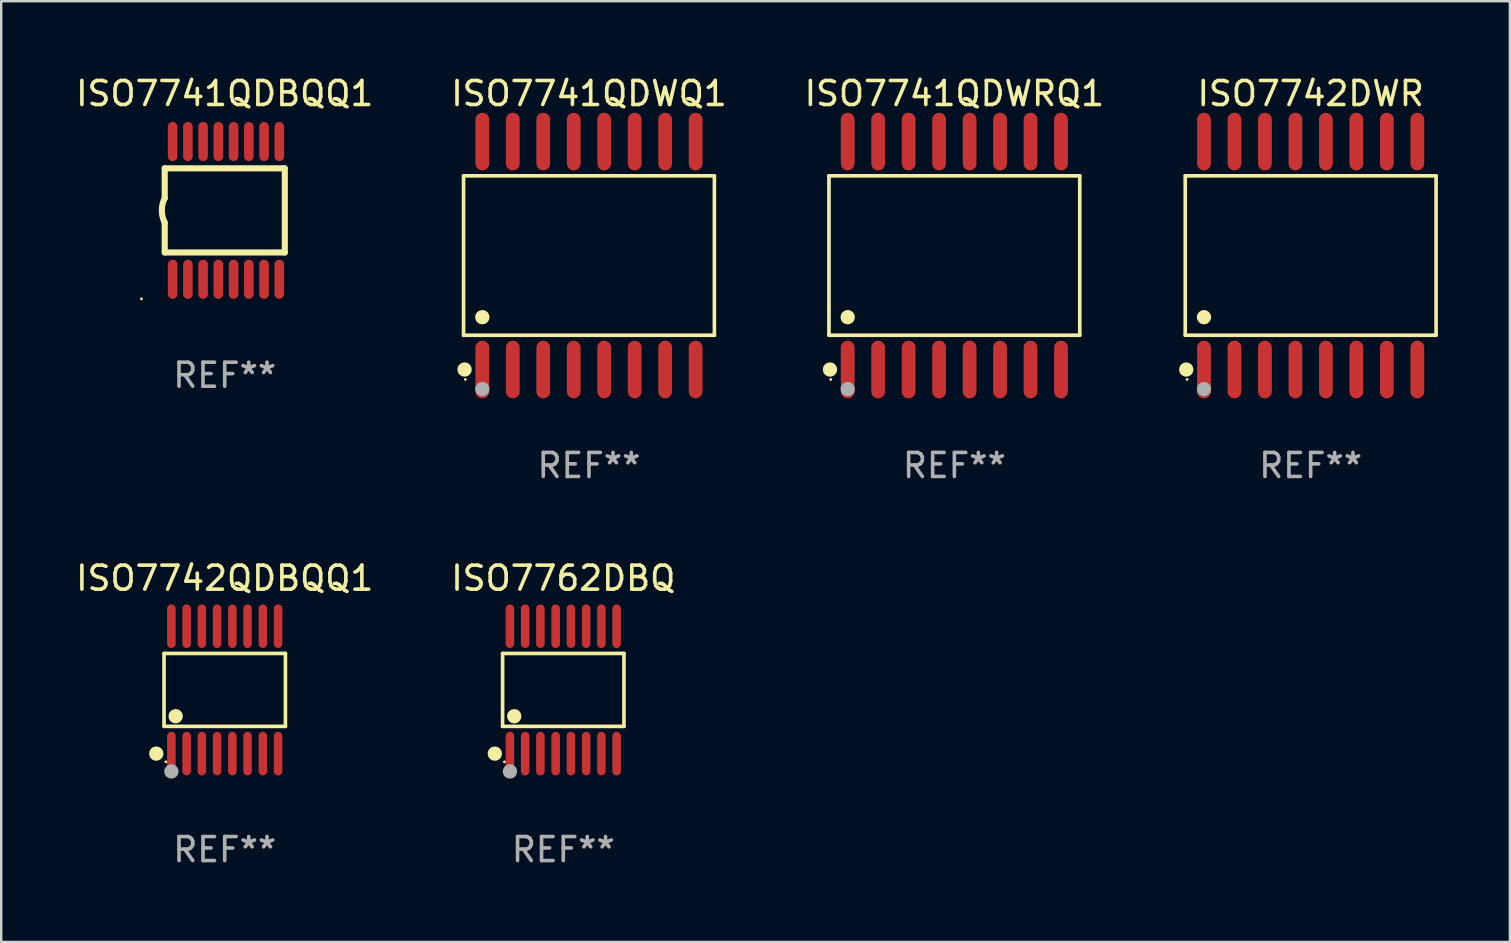
<source format=kicad_pcb>
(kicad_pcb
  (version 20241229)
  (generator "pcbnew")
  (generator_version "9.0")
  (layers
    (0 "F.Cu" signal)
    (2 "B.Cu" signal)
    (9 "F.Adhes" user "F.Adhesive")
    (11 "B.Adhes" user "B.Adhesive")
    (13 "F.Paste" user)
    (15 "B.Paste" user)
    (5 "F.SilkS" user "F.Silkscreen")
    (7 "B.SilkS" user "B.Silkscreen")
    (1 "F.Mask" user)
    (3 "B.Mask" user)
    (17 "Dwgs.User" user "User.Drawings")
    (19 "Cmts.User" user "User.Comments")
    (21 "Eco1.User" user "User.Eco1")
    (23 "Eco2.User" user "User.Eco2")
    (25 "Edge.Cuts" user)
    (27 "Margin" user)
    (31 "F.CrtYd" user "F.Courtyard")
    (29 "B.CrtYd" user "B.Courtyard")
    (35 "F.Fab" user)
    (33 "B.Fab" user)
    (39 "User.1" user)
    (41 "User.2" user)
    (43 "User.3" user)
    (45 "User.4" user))
  (footprint "ISO7762DBQ"
    (layer "F.Cu")
    (at 20.423 25.7)
    (property "Reference" "ISO7762DBQ" (at 0 -4.655 0) (layer "F.SilkS") (effects (font (size 1 1) (thickness 0.15))))
    (attr through_hole)
    (fp_line (start -2.529 -1.519) (end 2.529 -1.519) (stroke (width 0.152) (type solid)) (layer "F.SilkS"))
    (fp_line (start -2.529 1.519) (end -2.529 -1.519) (stroke (width 0.152) (type solid)) (layer "F.SilkS"))
    (fp_line (start 2.529 -1.519) (end 2.529 1.519) (stroke (width 0.152) (type solid)) (layer "F.SilkS"))
    (fp_line (start 2.529 1.519) (end -2.529 1.519) (stroke (width 0.152) (type solid)) (layer "F.SilkS"))
    (fp_circle (center -2.853 2.655) (end -2.703 2.655) (stroke (width 0.3) (type solid)) (fill no) (layer "F.SilkS"))
    (fp_circle (center -2.453 2.998) (end -2.423 2.998) (stroke (width 0.06) (type solid)) (fill no) (layer "F.SilkS"))
    (fp_circle (center -2.045 1.097) (end -1.895 1.097) (stroke (width 0.3) (type solid)) (fill no) (layer "F.SilkS"))
    (fp_circle (center -2.223 3.398) (end -2.072 3.398) (stroke (width 0.3) (type solid)) (fill no) (layer "F.Fab"))
    (fp_text user "REF**" (at 0 6.655 0) (layer "F.Fab") (effects (font (size 1 1) (thickness 0.15))))
    (pad "1" smd oval (at -2.223 2.655) (size 0.356 1.815) (layers "F.Cu" "F.Mask" "F.Paste"))
    (pad "2" smd oval (at -1.588 2.655) (size 0.356 1.815) (layers "F.Cu" "F.Mask" "F.Paste"))
    (pad "3" smd oval (at -0.953 2.655) (size 0.356 1.815) (layers "F.Cu" "F.Mask" "F.Paste"))
    (pad "4" smd oval (at -0.318 2.655) (size 0.356 1.815) (layers "F.Cu" "F.Mask" "F.Paste"))
    (pad "5" smd oval (at 0.318 2.655) (size 0.356 1.815) (layers "F.Cu" "F.Mask" "F.Paste"))
    (pad "6" smd oval (at 0.953 2.655) (size 0.356 1.815) (layers "F.Cu" "F.Mask" "F.Paste"))
    (pad "7" smd oval (at 1.588 2.655) (size 0.356 1.815) (layers "F.Cu" "F.Mask" "F.Paste"))
    (pad "8" smd oval (at 2.223 2.655) (size 0.356 1.815) (layers "F.Cu" "F.Mask" "F.Paste"))
    (pad "9" smd oval (at 2.223 -2.655) (size 0.356 1.815) (layers "F.Cu" "F.Mask" "F.Paste"))
    (pad "10" smd oval (at 1.588 -2.655) (size 0.356 1.815) (layers "F.Cu" "F.Mask" "F.Paste"))
    (pad "11" smd oval (at 0.953 -2.655) (size 0.356 1.815) (layers "F.Cu" "F.Mask" "F.Paste"))
    (pad "12" smd oval (at 0.318 -2.655) (size 0.356 1.815) (layers "F.Cu" "F.Mask" "F.Paste"))
    (pad "13" smd oval (at -0.318 -2.655) (size 0.356 1.815) (layers "F.Cu" "F.Mask" "F.Paste"))
    (pad "14" smd oval (at -0.953 -2.655) (size 0.356 1.815) (layers "F.Cu" "F.Mask" "F.Paste"))
    (pad "15" smd oval (at -1.588 -2.655) (size 0.356 1.815) (layers "F.Cu" "F.Mask" "F.Paste"))
    (pad "16" smd oval (at -2.223 -2.655) (size 0.356 1.815) (layers "F.Cu" "F.Mask" "F.Paste")))
  (footprint "ISO7741QDWRQ1"
    (layer "F.Cu")
    (at 36.72 7.599)
    (property "Reference" "ISO7741QDWRQ1" (at 0 -6.75 0) (layer "F.SilkS") (effects (font (size 1 1) (thickness 0.15))))
    (attr through_hole)
    (fp_line (start -5.226 -3.321) (end 5.226 -3.321) (stroke (width 0.152) (type solid)) (layer "F.SilkS"))
    (fp_line (start -5.226 3.321) (end -5.226 -3.321) (stroke (width 0.152) (type solid)) (layer "F.SilkS"))
    (fp_line (start 5.226 -3.321) (end 5.226 3.321) (stroke (width 0.152) (type solid)) (layer "F.SilkS"))
    (fp_line (start 5.226 3.321) (end -5.226 3.321) (stroke (width 0.152) (type solid)) (layer "F.SilkS"))
    (fp_circle (center -5.184 4.75) (end -5.034 4.75) (stroke (width 0.3) (type solid)) (fill no) (layer "F.SilkS"))
    (fp_circle (center -5.15 5.163) (end -5.12 5.163) (stroke (width 0.06) (type solid)) (fill no) (layer "F.SilkS"))
    (fp_circle (center -4.445 2.569) (end -4.295 2.569) (stroke (width 0.3) (type solid)) (fill no) (layer "F.SilkS"))
    (fp_circle (center -4.445 5.563) (end -4.295 5.563) (stroke (width 0.3) (type solid)) (fill no) (layer "F.Fab"))
    (fp_text user "REF**" (at 0 8.75 0) (layer "F.Fab") (effects (font (size 1 1) (thickness 0.15))))
    (pad "1" smd oval (at -4.445 4.75) (size 0.574 2.401) (layers "F.Cu" "F.Mask" "F.Paste"))
    (pad "2" smd oval (at -3.175 4.75) (size 0.574 2.401) (layers "F.Cu" "F.Mask" "F.Paste"))
    (pad "3" smd oval (at -1.905 4.75) (size 0.574 2.401) (layers "F.Cu" "F.Mask" "F.Paste"))
    (pad "4" smd oval (at -0.635 4.75) (size 0.574 2.401) (layers "F.Cu" "F.Mask" "F.Paste"))
    (pad "5" smd oval (at 0.635 4.75) (size 0.574 2.401) (layers "F.Cu" "F.Mask" "F.Paste"))
    (pad "6" smd oval (at 1.905 4.75) (size 0.574 2.401) (layers "F.Cu" "F.Mask" "F.Paste"))
    (pad "7" smd oval (at 3.175 4.75) (size 0.574 2.401) (layers "F.Cu" "F.Mask" "F.Paste"))
    (pad "8" smd oval (at 4.445 4.75) (size 0.574 2.401) (layers "F.Cu" "F.Mask" "F.Paste"))
    (pad "9" smd oval (at 4.445 -4.75) (size 0.574 2.401) (layers "F.Cu" "F.Mask" "F.Paste"))
    (pad "10" smd oval (at 3.175 -4.75) (size 0.574 2.401) (layers "F.Cu" "F.Mask" "F.Paste"))
    (pad "11" smd oval (at 1.905 -4.75) (size 0.574 2.401) (layers "F.Cu" "F.Mask" "F.Paste"))
    (pad "12" smd oval (at 0.635 -4.75) (size 0.574 2.401) (layers "F.Cu" "F.Mask" "F.Paste"))
    (pad "13" smd oval (at -0.635 -4.75) (size 0.574 2.401) (layers "F.Cu" "F.Mask" "F.Paste"))
    (pad "14" smd oval (at -1.905 -4.75) (size 0.574 2.401) (layers "F.Cu" "F.Mask" "F.Paste"))
    (pad "15" smd oval (at -3.175 -4.75) (size 0.574 2.401) (layers "F.Cu" "F.Mask" "F.Paste"))
    (pad "16" smd oval (at -4.445 -4.75) (size 0.574 2.401) (layers "F.Cu" "F.Mask" "F.Paste")))
  (footprint "ISO7741QDBQQ1"
    (layer "F.Cu")
    (at 6.315 5.718)
    (property "Reference" "ISO7741QDBQQ1" (at 0 -4.87 0) (layer "F.SilkS") (effects (font (size 1 1) (thickness 0.15))))
    (attr through_hole)
    (fp_line (start -2.503 -1.753) (end 2.497 -1.753) (stroke (width 0.254) (type solid)) (layer "F.SilkS"))
    (fp_line (start -2.501 -0.508) (end -2.501 -1.753) (stroke (width 0.254) (type solid)) (layer "F.SilkS"))
    (fp_line (start -2.501 1.753) (end -2.501 0.508) (stroke (width 0.254) (type solid)) (layer "F.SilkS"))
    (fp_line (start -2.497 1.753) (end 2.503 1.753) (stroke (width 0.254) (type solid)) (layer "F.SilkS"))
    (fp_line (start 2.503 1.753) (end 2.503 -1.753) (stroke (width 0.254) (type solid)) (layer "F.SilkS"))
    (fp_arc (start -2.50127 0.508001) (mid -2.621193 0) (end -2.50127 -0.508001) (stroke (width 0.254001) (type solid)) (layer "F.SilkS"))
    (fp_circle (center -3.471 3.685) (end -3.441 3.685) (stroke (width 0.06) (type solid)) (fill no) (layer "F.SilkS"))
    (fp_text user "REF**" (at 0 6.87 0) (layer "F.Fab") (effects (font (size 1 1) (thickness 0.15))))
    (pad "1" smd oval (at -2.171 2.87 90) (size 1.63 0.4) (layers "F.Cu" "F.Mask" "F.Paste"))
    (pad "2" smd oval (at -1.536 2.87 90) (size 1.63 0.4) (layers "F.Cu" "F.Mask" "F.Paste"))
    (pad "3" smd oval (at -0.901 2.87 90) (size 1.63 0.4) (layers "F.Cu" "F.Mask" "F.Paste"))
    (pad "4" smd oval (at -0.266 2.87 90) (size 1.63 0.4) (layers "F.Cu" "F.Mask" "F.Paste"))
    (pad "5" smd oval (at 0.369 2.87 90) (size 1.63 0.4) (layers "F.Cu" "F.Mask" "F.Paste"))
    (pad "6" smd oval (at 1.004 2.87 90) (size 1.63 0.4) (layers "F.Cu" "F.Mask" "F.Paste"))
    (pad "7" smd oval (at 1.639 2.87 90) (size 1.63 0.4) (layers "F.Cu" "F.Mask" "F.Paste"))
    (pad "8" smd oval (at 2.274 2.87 90) (size 1.63 0.4) (layers "F.Cu" "F.Mask" "F.Paste"))
    (pad "9" smd oval (at 2.274 -2.87 270) (size 1.63 0.4) (layers "F.Cu" "F.Mask" "F.Paste"))
    (pad "10" smd oval (at 1.639 -2.87 270) (size 1.63 0.4) (layers "F.Cu" "F.Mask" "F.Paste"))
    (pad "11" smd oval (at 1.004 -2.87 270) (size 1.63 0.4) (layers "F.Cu" "F.Mask" "F.Paste"))
    (pad "12" smd oval (at 0.369 -2.87 270) (size 1.63 0.4) (layers "F.Cu" "F.Mask" "F.Paste"))
    (pad "13" smd oval (at -0.266 -2.87 270) (size 1.63 0.4) (layers "F.Cu" "F.Mask" "F.Paste"))
    (pad "14" smd oval (at -0.901 -2.87 270) (size 1.63 0.4) (layers "F.Cu" "F.Mask" "F.Paste"))
    (pad "15" smd oval (at -1.536 -2.87 270) (size 1.63 0.4) (layers "F.Cu" "F.Mask" "F.Paste"))
    (pad "16" smd oval (at -2.171 -2.87 270) (size 1.63 0.4) (layers "F.Cu" "F.Mask" "F.Paste")))
  (footprint "ISO7742QDBQQ1"
    (layer "F.Cu")
    (at 6.315 25.7)
    (property "Reference" "ISO7742QDBQQ1" (at 0 -4.655 0) (layer "F.SilkS") (effects (font (size 1 1) (thickness 0.15))))
    (attr through_hole)
    (fp_line (start -2.529 -1.519) (end 2.529 -1.519) (stroke (width 0.152) (type solid)) (layer "F.SilkS"))
    (fp_line (start -2.529 1.519) (end -2.529 -1.519) (stroke (width 0.152) (type solid)) (layer "F.SilkS"))
    (fp_line (start 2.529 -1.519) (end 2.529 1.519) (stroke (width 0.152) (type solid)) (layer "F.SilkS"))
    (fp_line (start 2.529 1.519) (end -2.529 1.519) (stroke (width 0.152) (type solid)) (layer "F.SilkS"))
    (fp_circle (center -2.853 2.655) (end -2.703 2.655) (stroke (width 0.3) (type solid)) (fill no) (layer "F.SilkS"))
    (fp_circle (center -2.453 2.998) (end -2.423 2.998) (stroke (width 0.06) (type solid)) (fill no) (layer "F.SilkS"))
    (fp_circle (center -2.045 1.097) (end -1.895 1.097) (stroke (width 0.3) (type solid)) (fill no) (layer "F.SilkS"))
    (fp_circle (center -2.223 3.398) (end -2.072 3.398) (stroke (width 0.3) (type solid)) (fill no) (layer "F.Fab"))
    (fp_text user "REF**" (at 0 6.655 0) (layer "F.Fab") (effects (font (size 1 1) (thickness 0.15))))
    (pad "1" smd oval (at -2.223 2.655) (size 0.356 1.815) (layers "F.Cu" "F.Mask" "F.Paste"))
    (pad "2" smd oval (at -1.588 2.655) (size 0.356 1.815) (layers "F.Cu" "F.Mask" "F.Paste"))
    (pad "3" smd oval (at -0.953 2.655) (size 0.356 1.815) (layers "F.Cu" "F.Mask" "F.Paste"))
    (pad "4" smd oval (at -0.318 2.655) (size 0.356 1.815) (layers "F.Cu" "F.Mask" "F.Paste"))
    (pad "5" smd oval (at 0.318 2.655) (size 0.356 1.815) (layers "F.Cu" "F.Mask" "F.Paste"))
    (pad "6" smd oval (at 0.953 2.655) (size 0.356 1.815) (layers "F.Cu" "F.Mask" "F.Paste"))
    (pad "7" smd oval (at 1.588 2.655) (size 0.356 1.815) (layers "F.Cu" "F.Mask" "F.Paste"))
    (pad "8" smd oval (at 2.223 2.655) (size 0.356 1.815) (layers "F.Cu" "F.Mask" "F.Paste"))
    (pad "9" smd oval (at 2.223 -2.655) (size 0.356 1.815) (layers "F.Cu" "F.Mask" "F.Paste"))
    (pad "10" smd oval (at 1.588 -2.655) (size 0.356 1.815) (layers "F.Cu" "F.Mask" "F.Paste"))
    (pad "11" smd oval (at 0.953 -2.655) (size 0.356 1.815) (layers "F.Cu" "F.Mask" "F.Paste"))
    (pad "12" smd oval (at 0.318 -2.655) (size 0.356 1.815) (layers "F.Cu" "F.Mask" "F.Paste"))
    (pad "13" smd oval (at -0.318 -2.655) (size 0.356 1.815) (layers "F.Cu" "F.Mask" "F.Paste"))
    (pad "14" smd oval (at -0.953 -2.655) (size 0.356 1.815) (layers "F.Cu" "F.Mask" "F.Paste"))
    (pad "15" smd oval (at -1.588 -2.655) (size 0.356 1.815) (layers "F.Cu" "F.Mask" "F.Paste"))
    (pad "16" smd oval (at -2.223 -2.655) (size 0.356 1.815) (layers "F.Cu" "F.Mask" "F.Paste")))
  (footprint "ISO7741QDWQ1"
    (layer "F.Cu")
    (at 21.494 7.599)
    (property "Reference" "ISO7741QDWQ1" (at 0 -6.75 0) (layer "F.SilkS") (effects (font (size 1 1) (thickness 0.15))))
    (attr through_hole)
    (fp_line (start -5.226 -3.321) (end 5.226 -3.321) (stroke (width 0.152) (type solid)) (layer "F.SilkS"))
    (fp_line (start -5.226 3.321) (end -5.226 -3.321) (stroke (width 0.152) (type solid)) (layer "F.SilkS"))
    (fp_line (start 5.226 -3.321) (end 5.226 3.321) (stroke (width 0.152) (type solid)) (layer "F.SilkS"))
    (fp_line (start 5.226 3.321) (end -5.226 3.321) (stroke (width 0.152) (type solid)) (layer "F.SilkS"))
    (fp_circle (center -5.184 4.75) (end -5.034 4.75) (stroke (width 0.3) (type solid)) (fill no) (layer "F.SilkS"))
    (fp_circle (center -5.15 5.163) (end -5.12 5.163) (stroke (width 0.06) (type solid)) (fill no) (layer "F.SilkS"))
    (fp_circle (center -4.445 2.569) (end -4.295 2.569) (stroke (width 0.3) (type solid)) (fill no) (layer "F.SilkS"))
    (fp_circle (center -4.445 5.563) (end -4.295 5.563) (stroke (width 0.3) (type solid)) (fill no) (layer "F.Fab"))
    (fp_text user "REF**" (at 0 8.75 0) (layer "F.Fab") (effects (font (size 1 1) (thickness 0.15))))
    (pad "1" smd oval (at -4.445 4.75) (size 0.574 2.401) (layers "F.Cu" "F.Mask" "F.Paste"))
    (pad "2" smd oval (at -3.175 4.75) (size 0.574 2.401) (layers "F.Cu" "F.Mask" "F.Paste"))
    (pad "3" smd oval (at -1.905 4.75) (size 0.574 2.401) (layers "F.Cu" "F.Mask" "F.Paste"))
    (pad "4" smd oval (at -0.635 4.75) (size 0.574 2.401) (layers "F.Cu" "F.Mask" "F.Paste"))
    (pad "5" smd oval (at 0.635 4.75) (size 0.574 2.401) (layers "F.Cu" "F.Mask" "F.Paste"))
    (pad "6" smd oval (at 1.905 4.75) (size 0.574 2.401) (layers "F.Cu" "F.Mask" "F.Paste"))
    (pad "7" smd oval (at 3.175 4.75) (size 0.574 2.401) (layers "F.Cu" "F.Mask" "F.Paste"))
    (pad "8" smd oval (at 4.445 4.75) (size 0.574 2.401) (layers "F.Cu" "F.Mask" "F.Paste"))
    (pad "9" smd oval (at 4.445 -4.75) (size 0.574 2.401) (layers "F.Cu" "F.Mask" "F.Paste"))
    (pad "10" smd oval (at 3.175 -4.75) (size 0.574 2.401) (layers "F.Cu" "F.Mask" "F.Paste"))
    (pad "11" smd oval (at 1.905 -4.75) (size 0.574 2.401) (layers "F.Cu" "F.Mask" "F.Paste"))
    (pad "12" smd oval (at 0.635 -4.75) (size 0.574 2.401) (layers "F.Cu" "F.Mask" "F.Paste"))
    (pad "13" smd oval (at -0.635 -4.75) (size 0.574 2.401) (layers "F.Cu" "F.Mask" "F.Paste"))
    (pad "14" smd oval (at -1.905 -4.75) (size 0.574 2.401) (layers "F.Cu" "F.Mask" "F.Paste"))
    (pad "15" smd oval (at -3.175 -4.75) (size 0.574 2.401) (layers "F.Cu" "F.Mask" "F.Paste"))
    (pad "16" smd oval (at -4.445 -4.75) (size 0.574 2.401) (layers "F.Cu" "F.Mask" "F.Paste")))
  (footprint "ISO7742DWR"
    (layer "F.Cu")
    (at 51.568 7.599)
    (property "Reference" "ISO7742DWR" (at 0 -6.75 0) (layer "F.SilkS") (effects (font (size 1 1) (thickness 0.15))))
    (attr through_hole)
    (fp_line (start -5.226 -3.321) (end 5.226 -3.321) (stroke (width 0.152) (type solid)) (layer "F.SilkS"))
    (fp_line (start -5.226 3.321) (end -5.226 -3.321) (stroke (width 0.152) (type solid)) (layer "F.SilkS"))
    (fp_line (start 5.226 -3.321) (end 5.226 3.321) (stroke (width 0.152) (type solid)) (layer "F.SilkS"))
    (fp_line (start 5.226 3.321) (end -5.226 3.321) (stroke (width 0.152) (type solid)) (layer "F.SilkS"))
    (fp_circle (center -5.184 4.75) (end -5.034 4.75) (stroke (width 0.3) (type solid)) (fill no) (layer "F.SilkS"))
    (fp_circle (center -5.15 5.163) (end -5.12 5.163) (stroke (width 0.06) (type solid)) (fill no) (layer "F.SilkS"))
    (fp_circle (center -4.445 2.569) (end -4.295 2.569) (stroke (width 0.3) (type solid)) (fill no) (layer "F.SilkS"))
    (fp_circle (center -4.445 5.563) (end -4.295 5.563) (stroke (width 0.3) (type solid)) (fill no) (layer "F.Fab"))
    (fp_text user "REF**" (at 0 8.75 0) (layer "F.Fab") (effects (font (size 1 1) (thickness 0.15))))
    (pad "1" smd oval (at -4.445 4.75) (size 0.574 2.401) (layers "F.Cu" "F.Mask" "F.Paste"))
    (pad "2" smd oval (at -3.175 4.75) (size 0.574 2.401) (layers "F.Cu" "F.Mask" "F.Paste"))
    (pad "3" smd oval (at -1.905 4.75) (size 0.574 2.401) (layers "F.Cu" "F.Mask" "F.Paste"))
    (pad "4" smd oval (at -0.635 4.75) (size 0.574 2.401) (layers "F.Cu" "F.Mask" "F.Paste"))
    (pad "5" smd oval (at 0.635 4.75) (size 0.574 2.401) (layers "F.Cu" "F.Mask" "F.Paste"))
    (pad "6" smd oval (at 1.905 4.75) (size 0.574 2.401) (layers "F.Cu" "F.Mask" "F.Paste"))
    (pad "7" smd oval (at 3.175 4.75) (size 0.574 2.401) (layers "F.Cu" "F.Mask" "F.Paste"))
    (pad "8" smd oval (at 4.445 4.75) (size 0.574 2.401) (layers "F.Cu" "F.Mask" "F.Paste"))
    (pad "9" smd oval (at 4.445 -4.75) (size 0.574 2.401) (layers "F.Cu" "F.Mask" "F.Paste"))
    (pad "10" smd oval (at 3.175 -4.75) (size 0.574 2.401) (layers "F.Cu" "F.Mask" "F.Paste"))
    (pad "11" smd oval (at 1.905 -4.75) (size 0.574 2.401) (layers "F.Cu" "F.Mask" "F.Paste"))
    (pad "12" smd oval (at 0.635 -4.75) (size 0.574 2.401) (layers "F.Cu" "F.Mask" "F.Paste"))
    (pad "13" smd oval (at -0.635 -4.75) (size 0.574 2.401) (layers "F.Cu" "F.Mask" "F.Paste"))
    (pad "14" smd oval (at -1.905 -4.75) (size 0.574 2.401) (layers "F.Cu" "F.Mask" "F.Paste"))
    (pad "15" smd oval (at -3.175 -4.75) (size 0.574 2.401) (layers "F.Cu" "F.Mask" "F.Paste"))
    (pad "16" smd oval (at -4.445 -4.75) (size 0.574 2.401) (layers "F.Cu" "F.Mask" "F.Paste")))
  (gr_rect
    (start -3 -3)
    (end 59.87 36.203)
    (stroke (width 0.1) (type default))
    (fill no)
    (layer "Edge.Cuts")))
</source>
